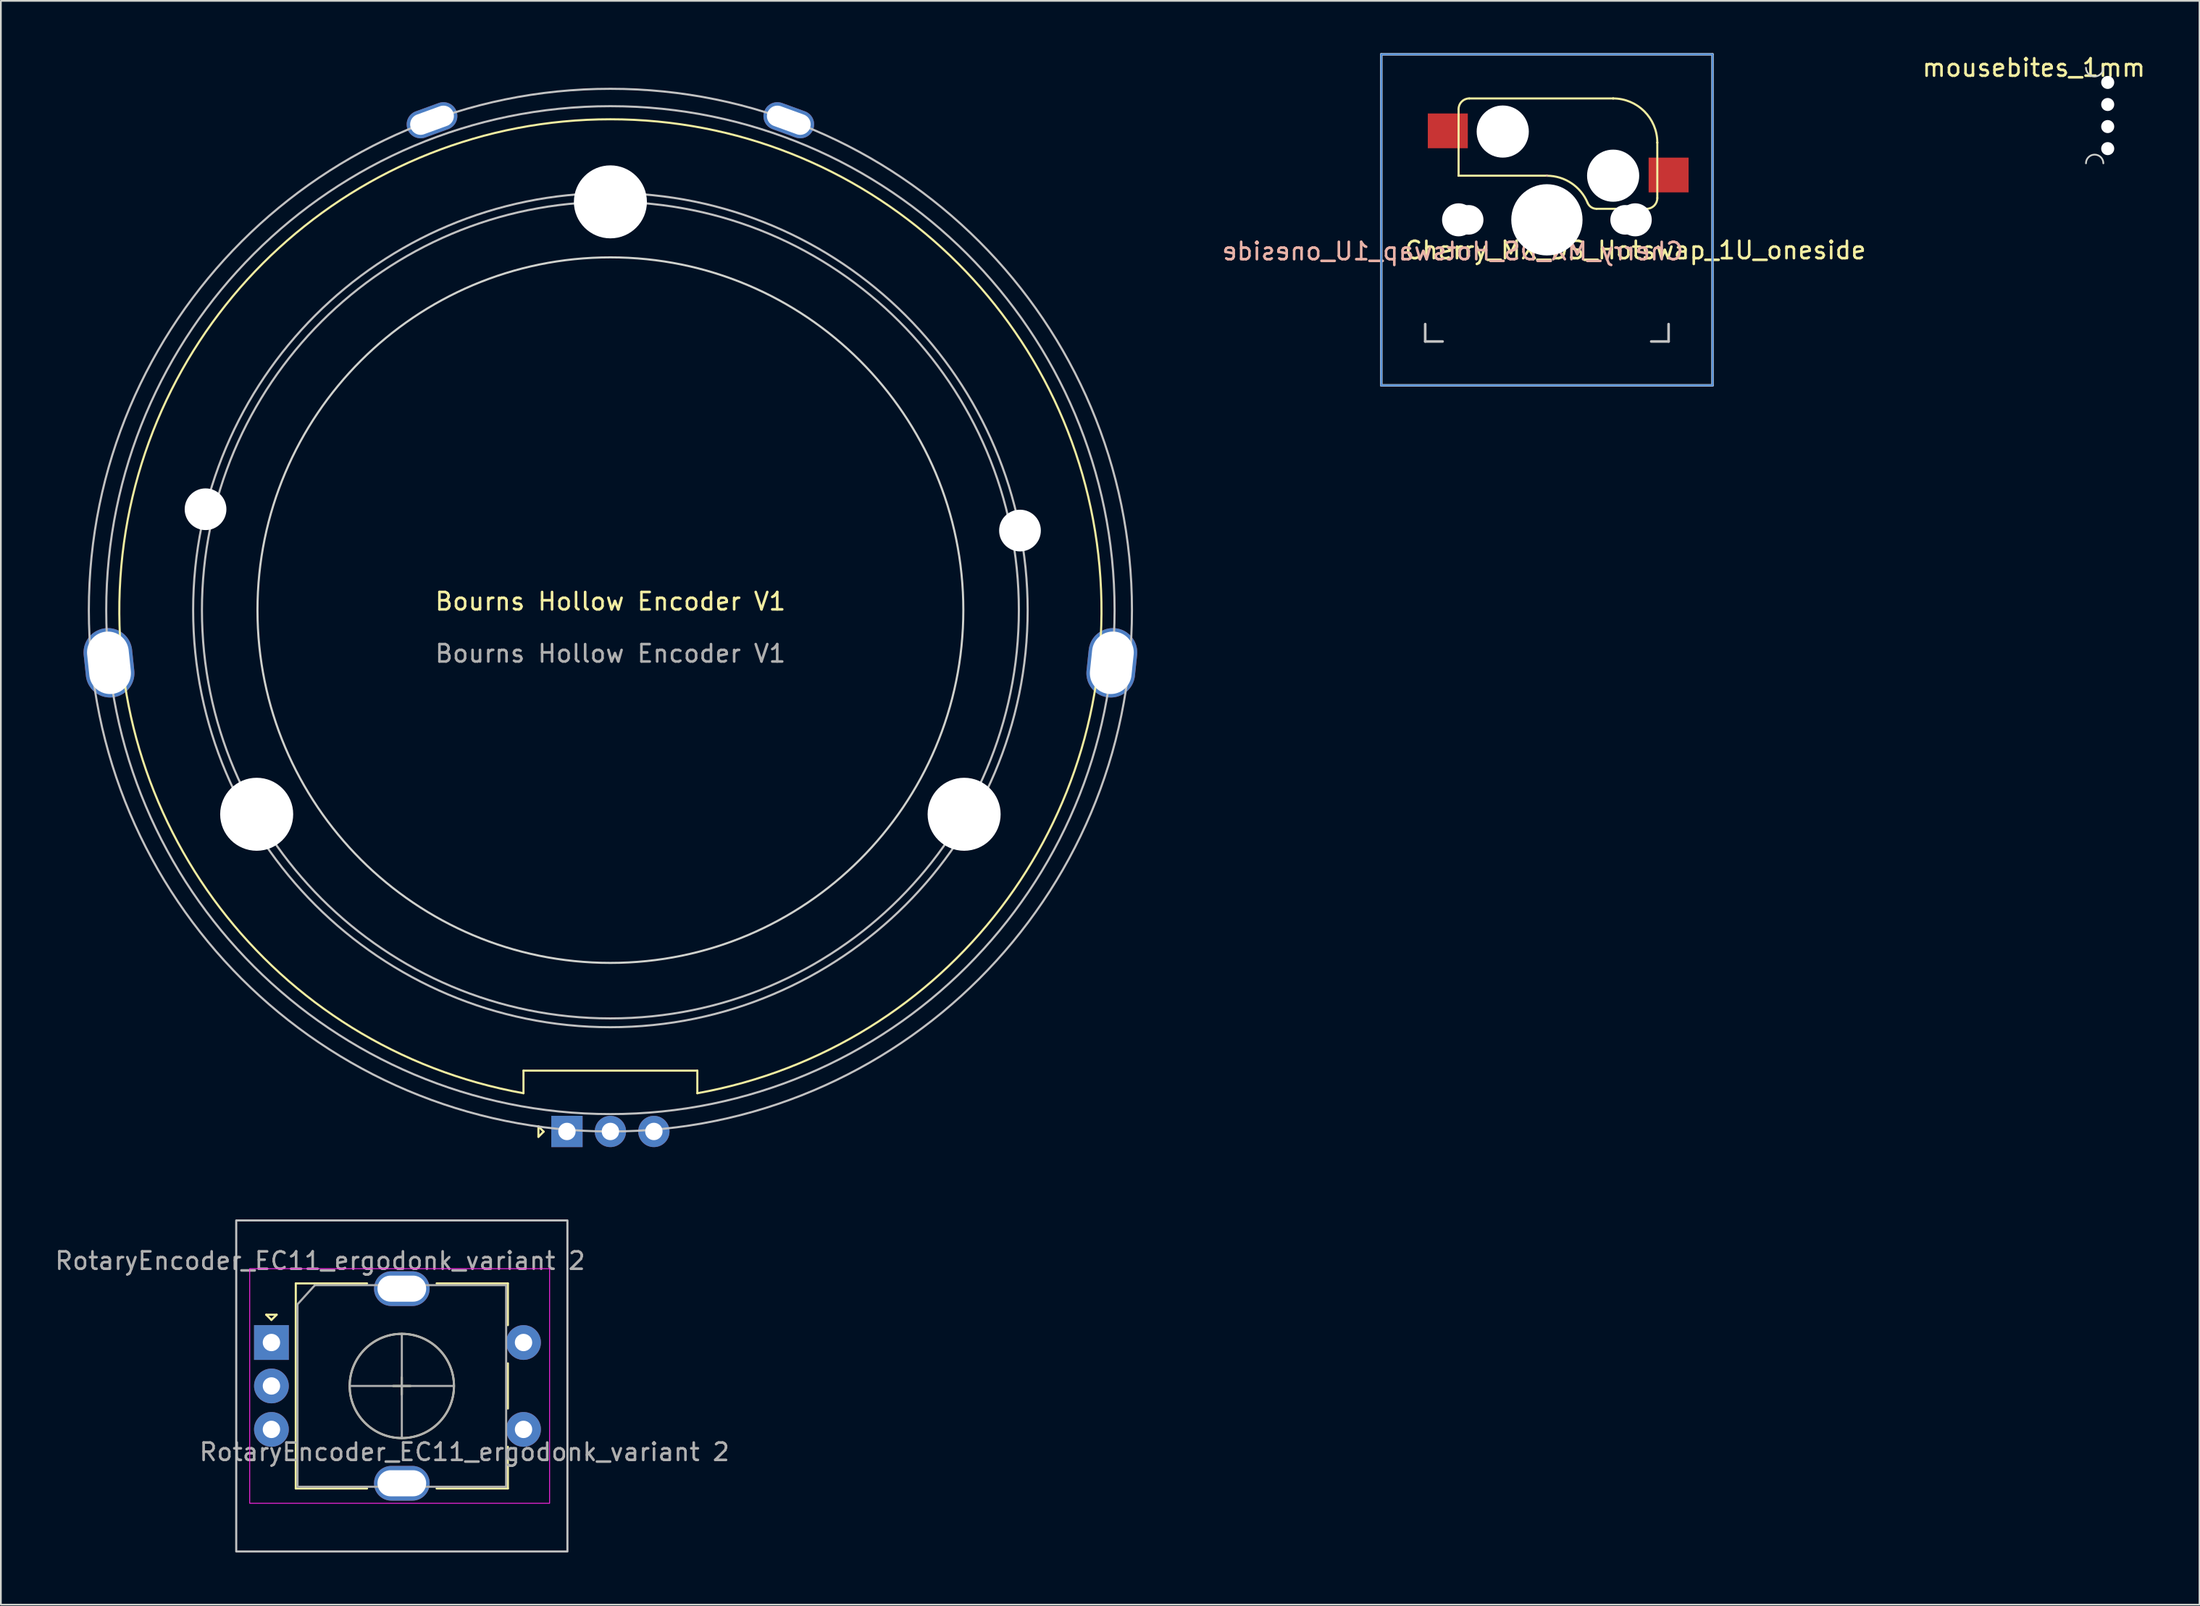
<source format=kicad_pcb>
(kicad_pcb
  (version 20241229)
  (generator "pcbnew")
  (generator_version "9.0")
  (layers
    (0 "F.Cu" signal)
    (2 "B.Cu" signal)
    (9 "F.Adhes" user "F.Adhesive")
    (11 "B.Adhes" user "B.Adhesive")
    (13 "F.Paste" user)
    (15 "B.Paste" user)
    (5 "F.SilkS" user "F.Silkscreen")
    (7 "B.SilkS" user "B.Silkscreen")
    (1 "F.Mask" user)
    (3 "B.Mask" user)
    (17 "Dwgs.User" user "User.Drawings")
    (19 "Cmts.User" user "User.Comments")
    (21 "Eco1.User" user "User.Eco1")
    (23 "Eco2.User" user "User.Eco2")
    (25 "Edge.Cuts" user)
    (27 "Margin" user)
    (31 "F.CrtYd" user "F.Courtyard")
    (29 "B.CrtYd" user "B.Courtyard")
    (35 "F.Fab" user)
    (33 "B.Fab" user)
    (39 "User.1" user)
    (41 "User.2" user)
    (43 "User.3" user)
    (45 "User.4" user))
  (footprint "Bourns Hollow Encoder V1"
    (layer "F.Cu")
    (at 32.06 32.06)
    (property "Reference" "Bourns Hollow Encoder V1" (at 0 -0.5 0) (unlocked yes) (layer "F.SilkS") (effects (font (size 1 1) (thickness 0.15))))
    (attr through_hole)
    (fp_line (start -5 26.5) (end -5 27.8) (stroke (width 0.12) (type solid)) (layer "F.SilkS"))
    (fp_line (start -5 26.5) (end 5 26.5) (stroke (width 0.12) (type solid)) (layer "F.SilkS"))
    (fp_line (start -4.14 29.71) (end -3.84 30.01) (stroke (width 0.12) (type solid)) (layer "F.SilkS"))
    (fp_line (start -4.14 30.31) (end -4.14 29.71) (stroke (width 0.12) (type solid)) (layer "F.SilkS"))
    (fp_line (start -3.84 30.01) (end -4.14 30.31) (stroke (width 0.12) (type solid)) (layer "F.SilkS"))
    (fp_line (start 5 26.5) (end 5 27.8) (stroke (width 0.12) (type solid)) (layer "F.SilkS"))
    (fp_arc (start -5 27.799999) (mid 0 -28.246061) (end 5 27.799999) (stroke (width 0.12) (type solid)) (layer "F.SilkS"))
    (fp_circle (center 0 0) (end 23.494 0) (stroke (width 0.12) (type solid)) (fill no) (layer "Dwgs.User"))
    (fp_circle (center 0 0) (end 24 0) (stroke (width 0.12) (type solid)) (fill no) (layer "Dwgs.User"))
    (fp_circle (center 0 0) (end 29 0) (stroke (width 0.12) (type solid)) (fill no) (layer "Dwgs.User"))
    (fp_circle (center 0 0) (end 30 0) (stroke (width 0.12) (type solid)) (fill no) (layer "Dwgs.User"))
    (fp_circle (center 0 0) (end 20.3 0) (stroke (width 0.12) (type default)) (fill no) (layer "Edge.Cuts"))
    (fp_circle (center 0 0) (end 32 0) (stroke (width 0.12) (type solid)) (fill no) (layer "User.1"))
    (fp_circle (center 0 0) (end 28.25 0) (stroke (width 0.12) (type solid)) (fill no) (layer "User.9"))
    (fp_circle (center 0 0) (end 32 0) (stroke (width 0.12) (type default)) (fill no) (layer "User.9"))
    (fp_text user "${REFERENCE}" (at 0 2.5 0) (unlocked yes) (layer "F.Fab") (effects (font (size 1 1) (thickness 0.15))))
    (pad "" np_thru_hole oval (at -28.841 3.031 96) (size 4 2.8) (drill oval 3.6 2.4) (layers "*.Cu" "*.Mask"))
    (pad "" np_thru_hole circle (at -23.287 -5.806) (size 2.4 2.4) (drill 2.4) (layers "*.Cu" "*.Mask"))
    (pad "" np_thru_hole circle (at -20.346 11.747) (size 4.2 4.2) (drill 4.2) (layers "*.Cu" "*.Mask"))
    (pad "" np_thru_hole oval (at -10.261 -28.191 20) (size 3 1.6) (drill oval 2.6 1.2) (layers "*.Cu" "*.Mask"))
    (pad "" np_thru_hole circle (at 0 -23.494) (size 4.2 4.2) (drill 4.2) (layers "*.Cu" "*.Mask"))
    (pad "" np_thru_hole oval (at 10.261 -28.191 340) (size 3 1.6) (drill oval 2.6 1.2) (layers "*.Cu" "*.Mask"))
    (pad "" np_thru_hole circle (at 20.346 11.747) (size 4.2 4.2) (drill 4.2) (layers "*.Cu" "*.Mask"))
    (pad "" np_thru_hole circle (at 23.559 -4.579) (size 2.4 2.4) (drill 2.4) (layers "*.Cu" "*.Mask"))
    (pad "" np_thru_hole oval (at 28.841 3.031 84) (size 4 2.8) (drill oval 3.6 2.4) (layers "*.Cu" "*.Mask"))
    (pad "A" thru_hole rect (at -2.5 30) (size 1.8 1.8) (drill 1) (layers "*.Cu" "*.Mask"))
    (pad "B" thru_hole circle (at 2.5 30) (size 1.8 1.8) (drill 1) (layers "*.Cu" "*.Mask"))
    (pad "C" thru_hole circle (at 0 30) (size 1.8 1.8) (drill 1) (layers "*.Cu" "*.Mask")))
  (footprint "mousebites_1mm"
    (layer "F.Cu")
    (at 117.934 3.598)
    (property "Reference" "mousebites_1mm" (at -4 -2.75 0) (layer "F.SilkS") (effects (font (size 1 1) (thickness 0.15))))
    (attr exclude_from_pos_files exclude_from_bom)
    (fp_arc (start -1 2.75) (mid -0.5 2.25) (end 0 2.75) (stroke (width 0.1) (type solid)) (layer "Edge.Cuts"))
    (fp_arc (start 0 -2.75) (mid -0.5 -2.25) (end -1 -2.75) (stroke (width 0.1) (type solid)) (layer "Edge.Cuts"))
    (pad "" np_thru_hole circle (at 0.25 -1.905) (size 0.75 0.75) (drill 0.75) (layers "*.Cu" "*.Mask"))
    (pad "" np_thru_hole circle (at 0.25 -0.635) (size 0.75 0.75) (drill 0.75) (layers "*.Cu" "*.Mask"))
    (pad "" np_thru_hole circle (at 0.25 0.635) (size 0.75 0.75) (drill 0.75) (layers "*.Cu" "*.Mask"))
    (pad "" np_thru_hole circle (at 0.25 1.905) (size 0.75 0.75) (drill 0.75) (layers "*.Cu" "*.Mask")))
  (footprint "Cherry_MX_DS_Hotswap_1U_oneside"
    (layer "F.Cu")
    (at 85.927 9.6)
    (property "Reference" "Cherry_MX_DS_Hotswap_1U_oneside" (at -5.42 1.81 0) (layer "B.SilkS") (effects (font (size 1 1) (thickness 0.15)) (justify mirror)))
    (attr through_hole)
    (fp_line (start -5.08 -6.36) (end -5.08 -2.54) (stroke (width 0.12) (type solid)) (layer "F.SilkS"))
    (fp_line (start -5.08 -2.54) (end -5.08 -2.54) (stroke (width 0.12) (type solid)) (layer "F.SilkS"))
    (fp_line (start -5.08 -2.54) (end -5.08 -2.54) (stroke (width 0.12) (type solid)) (layer "F.SilkS"))
    (fp_line (start -4.46 -6.985) (end 3.81 -6.985) (stroke (width 0.12) (type solid)) (layer "F.SilkS"))
    (fp_line (start 0 -2.54) (end -5.08 -2.54) (stroke (width 0.12) (type solid)) (layer "F.SilkS"))
    (fp_line (start 0 -2.54) (end 0 -2.54) (stroke (width 0.12) (type solid)) (layer "F.SilkS"))
    (fp_line (start 2.86 -0.635) (end 5.72 -0.635) (stroke (width 0.12) (type solid)) (layer "F.SilkS"))
    (fp_line (start 3.81 -6.985) (end 3.81 -6.985) (stroke (width 0.12) (type solid)) (layer "F.SilkS"))
    (fp_line (start 6.35 -4.445) (end 6.35 -4.445) (stroke (width 0.12) (type solid)) (layer "F.SilkS"))
    (fp_line (start 6.35 -1.25) (end 6.35 -4.445) (stroke (width 0.12) (type solid)) (layer "F.SilkS"))
    (fp_arc (start -5.08 -6.37) (mid -4.899871 -6.804871) (end -4.465 -6.985) (stroke (width 0.12) (type default)) (layer "F.SilkS"))
    (fp_arc (start 0 -2.536928) (mid 1.405314 -2.112131) (end 2.34 -0.98) (stroke (width 0.12) (type solid)) (layer "F.SilkS"))
    (fp_arc (start 2.859999 -0.633863) (mid 2.547375 -0.727878) (end 2.34 -0.98) (stroke (width 0.12) (type default)) (layer "F.SilkS"))
    (fp_arc (start 3.81 -6.985) (mid 5.606051 -6.241051) (end 6.35 -4.445) (stroke (width 0.12) (type solid)) (layer "F.SilkS"))
    (fp_arc (start 6.350129 -1.25) (mid 6.169985 -0.815144) (end 5.735129 -0.635) (stroke (width 0.12) (type default)) (layer "F.SilkS"))
    (fp_line (start 0 -2.54) (end 0 -2.54) (stroke (width 0.12) (type solid)) (layer "B.SilkS"))
    (fp_line (start 5.08 -2.54) (end 5.08 -2.54) (stroke (width 0.12) (type solid)) (layer "B.SilkS"))
    (fp_line (start 5.08 -2.54) (end 5.08 -2.54) (stroke (width 0.12) (type solid)) (layer "B.SilkS"))
    (fp_line (start -9.525 -9.525) (end 9.525 -9.525) (stroke (width 0.15) (type solid)) (layer "Dwgs.User"))
    (fp_line (start -9.525 9.525) (end -9.525 -9.525) (stroke (width 0.15) (type solid)) (layer "Dwgs.User"))
    (fp_line (start -7 6) (end -7 7) (stroke (width 0.15) (type solid)) (layer "Dwgs.User"))
    (fp_line (start -7 7) (end -6 7) (stroke (width 0.15) (type solid)) (layer "Dwgs.User"))
    (fp_line (start 6 7) (end 7 7) (stroke (width 0.15) (type solid)) (layer "Dwgs.User"))
    (fp_line (start 7 7) (end 7 6) (stroke (width 0.15) (type solid)) (layer "Dwgs.User"))
    (fp_line (start 9.525 -9.525) (end 9.525 9.525) (stroke (width 0.15) (type solid)) (layer "Dwgs.User"))
    (fp_line (start 9.525 9.525) (end -9.525 9.525) (stroke (width 0.15) (type solid)) (layer "Dwgs.User"))
    (fp_line (start -9.525 -9.525) (end -9.525 9.525) (stroke (width 0.1) (type solid)) (layer "Cmts.User"))
    (fp_line (start 9.525 -9.525) (end -9.525 -9.525) (stroke (width 0.1) (type solid)) (layer "Cmts.User"))
    (fp_line (start 9.525 -9.525) (end 9.525 9.525) (stroke (width 0.1) (type solid)) (layer "Cmts.User"))
    (fp_line (start 9.525 9.525) (end -9.525 9.525) (stroke (width 0.1) (type solid)) (layer "Cmts.User"))
    (fp_rect (start 7 -7) (end -7 7) (stroke (width 0.12) (type default)) (fill no) (layer "User.4"))
    (fp_text user "${REFERENCE}" (at 5.09 1.75 0) (layer "F.SilkS") (effects (font (size 1 1) (thickness 0.15))))
    (pad "" np_thru_hole circle (at -5.08 0) (size 1.9 1.9) (drill 1.9) (layers "*.Cu" "*.Mask"))
    (pad "" np_thru_hole circle (at -4.5 0) (size 1.7 1.7) (drill 1.7) (layers "*.Cu" "*.Mask"))
    (pad "" np_thru_hole circle (at -2.54 -5.08 180) (size 3 3) (drill 3) (layers "*.Cu" "*.Mask"))
    (pad "" np_thru_hole circle (at 0 0 90) (size 4.1 4.1) (drill 4.1) (layers "*.Cu" "*.Mask"))
    (pad "" np_thru_hole circle (at 3.81 -2.54 180) (size 3 3) (drill 3) (layers "*.Cu" "*.Mask"))
    (pad "" np_thru_hole circle (at 4.5 0) (size 1.7 1.7) (drill 1.7) (layers "*.Cu" "*.Mask"))
    (pad "" np_thru_hole circle (at 5.08 0) (size 1.9 1.9) (drill 1.9) (layers "*.Cu" "*.Mask"))
    (pad "5" smd rect (at 7 -2.58 180) (size 2.3 2) (layers "F.Cu" "F.Mask" "F.Paste"))
    (pad "6" smd rect (at -5.7 -5.12 180) (size 2.3 2) (layers "F.Cu" "F.Mask" "F.Paste")))
  (footprint "RotaryEncoder_EC11_ergodonk_variant 2"
    (layer "F.Cu")
    (at 20.063 76.705)
    (property "Reference" "RotaryEncoder_EC11_ergodonk_variant 2" (at -4.7 -7.2 0) (layer "F.Fab") (effects (font (size 1 1) (thickness 0.15))))
    (attr through_hole)
    (fp_line (start -7.8 -4.1) (end -7.2 -4.1) (stroke (width 0.12) (type solid)) (layer "F.SilkS"))
    (fp_line (start -7.5 -3.8) (end -7.8 -4.1) (stroke (width 0.12) (type solid)) (layer "F.SilkS"))
    (fp_line (start -7.2 -4.1) (end -7.5 -3.8) (stroke (width 0.12) (type solid)) (layer "F.SilkS"))
    (fp_line (start -6.1 -5.9) (end -6.1 5.9) (stroke (width 0.12) (type solid)) (layer "F.SilkS"))
    (fp_line (start -2 -5.9) (end -6.1 -5.9) (stroke (width 0.12) (type solid)) (layer "F.SilkS"))
    (fp_line (start -2 5.9) (end -6.1 5.9) (stroke (width 0.12) (type solid)) (layer "F.SilkS"))
    (fp_line (start -0.5 0) (end 0.5 0) (stroke (width 0.12) (type solid)) (layer "F.SilkS"))
    (fp_line (start 0 -0.5) (end 0 0.5) (stroke (width 0.12) (type solid)) (layer "F.SilkS"))
    (fp_line (start 2 -5.9) (end 6.1 -5.9) (stroke (width 0.12) (type solid)) (layer "F.SilkS"))
    (fp_line (start 6.1 -5.9) (end 6.1 -3.5) (stroke (width 0.12) (type solid)) (layer "F.SilkS"))
    (fp_line (start 6.1 -1.3) (end 6.1 1.3) (stroke (width 0.12) (type solid)) (layer "F.SilkS"))
    (fp_line (start 6.1 3.5) (end 6.1 5.9) (stroke (width 0.12) (type solid)) (layer "F.SilkS"))
    (fp_line (start 6.1 5.9) (end 2 5.9) (stroke (width 0.12) (type solid)) (layer "F.SilkS"))
    (fp_circle (center 0 0) (end 3 0) (stroke (width 0.12) (type solid)) (fill no) (layer "F.SilkS"))
    (fp_rect (start 9.525 -9.525) (end -9.525 9.525) (stroke (width 0.12) (type solid)) (fill no) (layer "Dwgs.User"))
    (fp_rect (start -8.75 -6.75) (end 8.5 6.75) (stroke (width 0.05) (type default)) (fill no) (layer "F.CrtYd"))
    (fp_line (start -6 -4.7) (end -5 -5.8) (stroke (width 0.12) (type solid)) (layer "F.Fab"))
    (fp_line (start -6 5.8) (end -6 -4.7) (stroke (width 0.12) (type solid)) (layer "F.Fab"))
    (fp_line (start -5 -5.8) (end 6 -5.8) (stroke (width 0.12) (type solid)) (layer "F.Fab"))
    (fp_line (start -3 0) (end 3 0) (stroke (width 0.12) (type solid)) (layer "F.Fab"))
    (fp_line (start 0 -3) (end 0 3) (stroke (width 0.12) (type solid)) (layer "F.Fab"))
    (fp_line (start 6 -5.8) (end 6 5.8) (stroke (width 0.12) (type solid)) (layer "F.Fab"))
    (fp_line (start 6 5.8) (end -6 5.8) (stroke (width 0.12) (type solid)) (layer "F.Fab"))
    (fp_circle (center 0 0) (end 3 0) (stroke (width 0.12) (type solid)) (fill no) (layer "F.Fab"))
    (fp_text user "${REFERENCE}" (at 3.6 3.8 0) (layer "F.Fab") (effects (font (size 1 1) (thickness 0.15))))
    (pad "" np_thru_hole oval (at 0 -5.6) (size 3.2 2) (drill oval 2.8 1.5) (layers "*.Cu" "*.Mask"))
    (pad "" np_thru_hole oval (at 0 5.6) (size 3.2 2) (drill oval 2.8 1.5) (layers "*.Cu" "*.Mask"))
    (pad "A" thru_hole rect (at -7.5 -2.5) (size 2 2) (drill 1) (layers "*.Cu" "*.Mask"))
    (pad "B" thru_hole circle (at -7.5 2.5) (size 2 2) (drill 1) (layers "*.Cu" "*.Mask"))
    (pad "C" thru_hole circle (at -7.5 0) (size 2 2) (drill 1) (layers "*.Cu" "*.Mask"))
    (pad "S1" thru_hole circle (at 7 2.5) (size 2 2) (drill 1) (layers "*.Cu" "*.Mask"))
    (pad "S2" thru_hole circle (at 7 -2.5) (size 2 2) (drill 1) (layers "*.Cu" "*.Mask")))
  (gr_rect
    (start -3 -3)
    (end 123.463 89.29)
    (stroke (width 0.1) (type default))
    (fill no)
    (layer "Edge.Cuts")))
</source>
